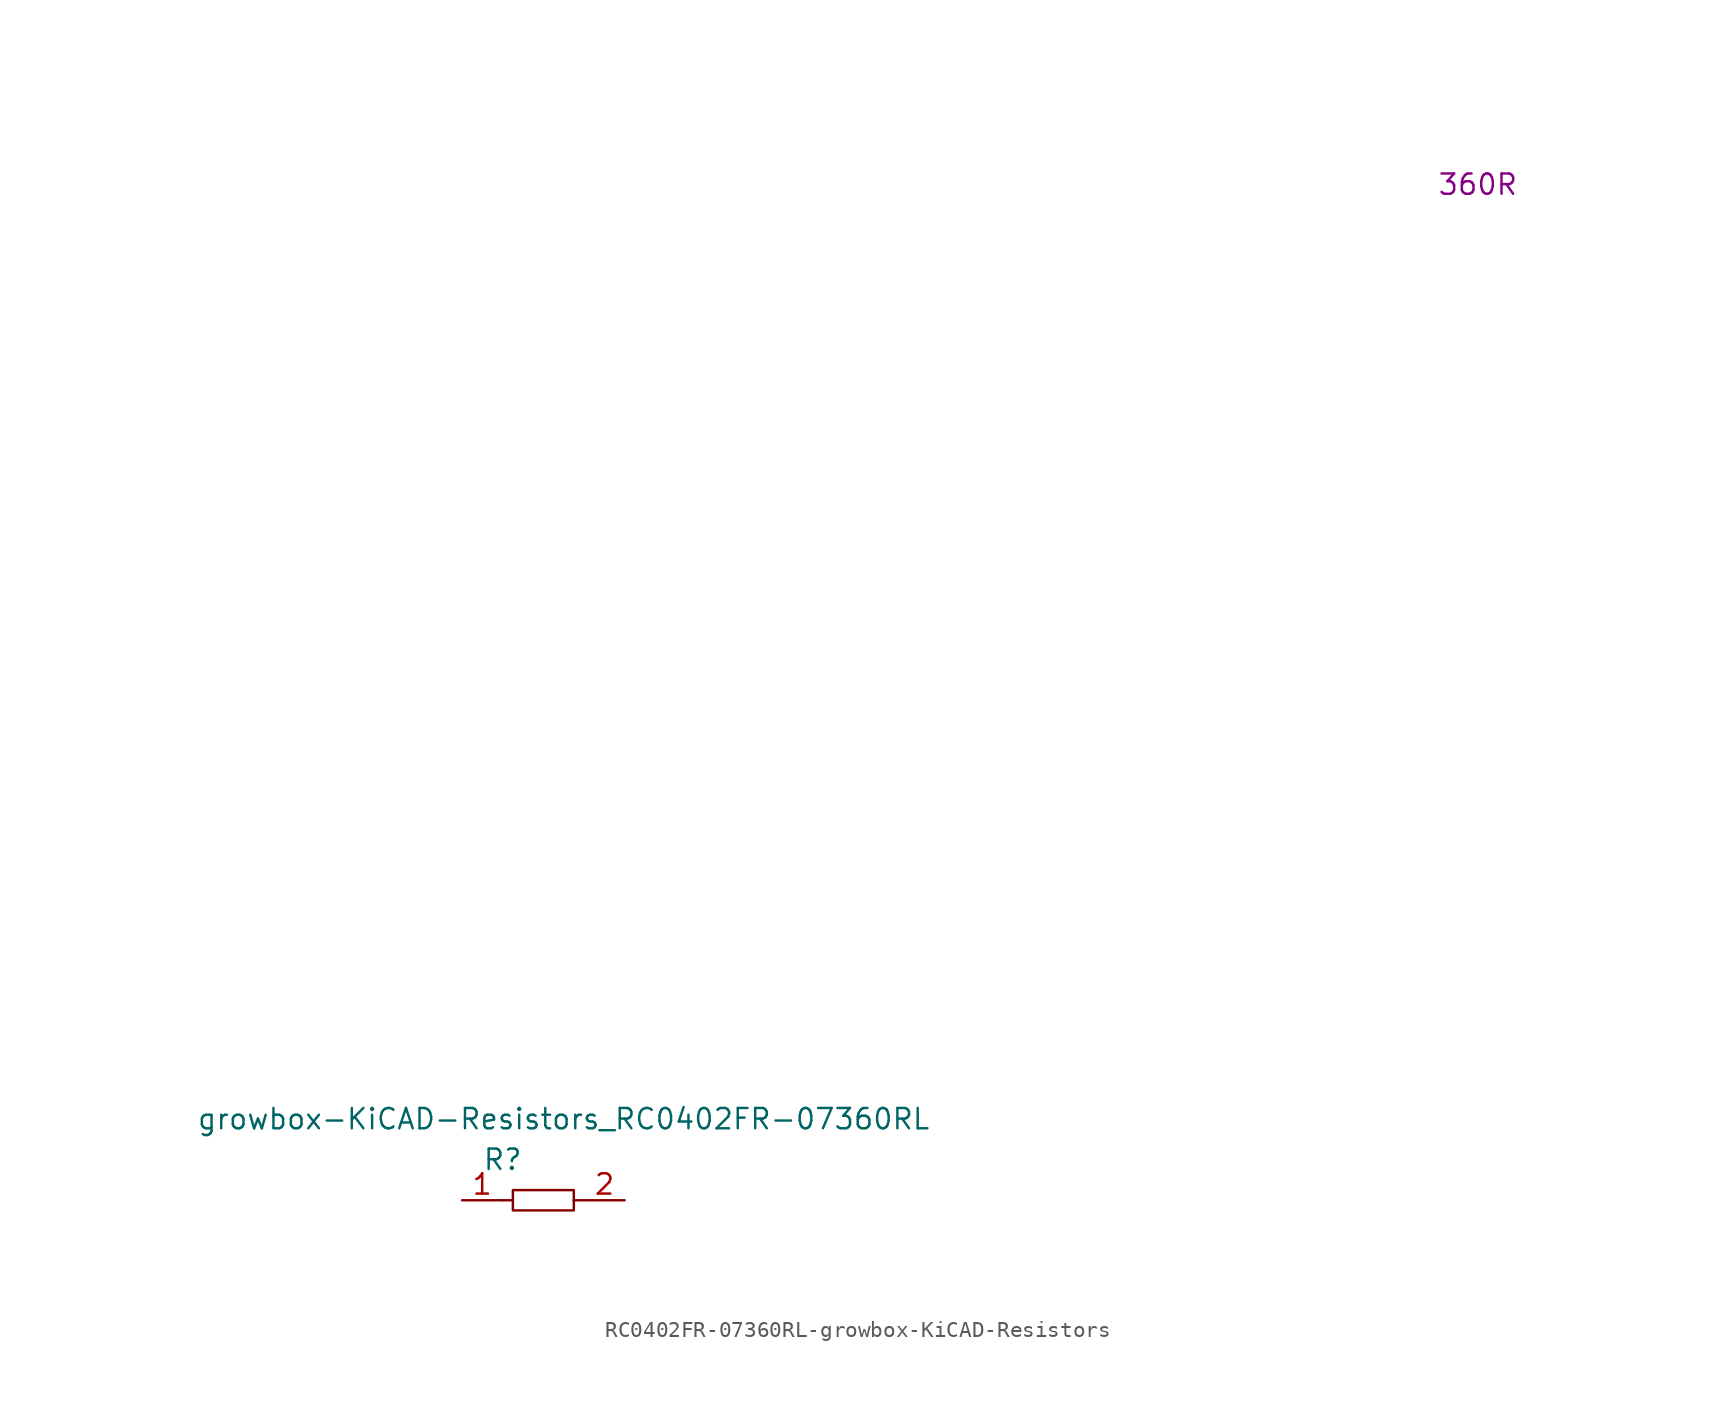
<source format=kicad_sym>
(kicad_symbol_lib
  (version 20231120)
  (generator "kicad_symbol_editor")
  (generator_version "8.0")
  (symbol "RC0402FR-07360RL-growbox-KiCAD-Resistors"
    (pin_names
      (offset 1.016))
    (property "Reference" "R"
      (at -2.54 2.54 0)
      (effects (font (size 1.27 1.27))))
    (property "Value" "growbox-KiCAD-Resistors_RC0402FR-07360RL"
      (at 1.27 5.08 0)
      (effects (font (size 1.27 1.27))))
    (property "_Value_" "360R"
      (at 58.42 63.5 0)
      (effects (font (size 1.27 1.27))))
    (symbol "RC0402FR-07360RL-growbox-KiCAD-Resistors_0_1"
      (rectangle (start -1.905 0.635) (end 1.905 -0.635) (stroke (width 0) (type solid)) (fill (type none)))
      (polyline (pts (xy -2.54 0) (xy -1.905 0)) (stroke (width 0) (type solid)) (fill (type none)))
      (polyline (pts (xy -1.905 0) (xy -1.905 0)) (stroke (width 0) (type solid)) (fill (type none)))
      (polyline (pts (xy 1.905 0) (xy 1.905 0)) (stroke (width 0) (type solid)) (fill (type none)))
      (polyline (pts (xy 2.54 0) (xy 1.905 0)) (stroke (width 0) (type solid)) (fill (type none))))
    (symbol "RC0402FR-07360RL-growbox-KiCAD-Resistors_1_1"
      (pin passive line (at -5.08 0 0) (length 2.515) (name "~" (effects (font (size 1.27 1.27)))) (number "1" (effects (font (size 1.27 1.27)))))
      (pin passive line (at 5.08 0 180) (length 2.515) (name "~" (effects (font (size 1.27 1.27)))) (number "2" (effects (font (size 1.27 1.27))))))))
</source>
